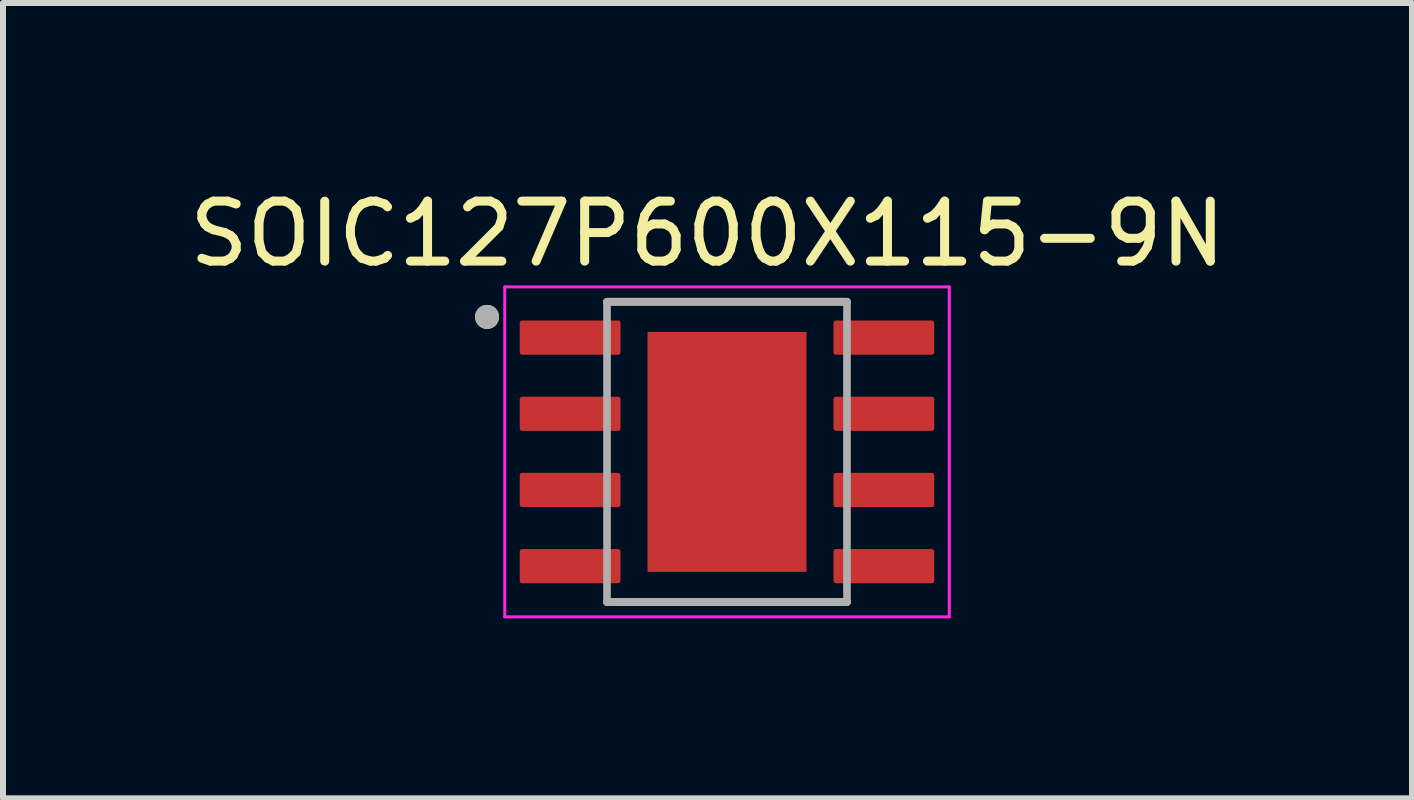
<source format=kicad_pcb>
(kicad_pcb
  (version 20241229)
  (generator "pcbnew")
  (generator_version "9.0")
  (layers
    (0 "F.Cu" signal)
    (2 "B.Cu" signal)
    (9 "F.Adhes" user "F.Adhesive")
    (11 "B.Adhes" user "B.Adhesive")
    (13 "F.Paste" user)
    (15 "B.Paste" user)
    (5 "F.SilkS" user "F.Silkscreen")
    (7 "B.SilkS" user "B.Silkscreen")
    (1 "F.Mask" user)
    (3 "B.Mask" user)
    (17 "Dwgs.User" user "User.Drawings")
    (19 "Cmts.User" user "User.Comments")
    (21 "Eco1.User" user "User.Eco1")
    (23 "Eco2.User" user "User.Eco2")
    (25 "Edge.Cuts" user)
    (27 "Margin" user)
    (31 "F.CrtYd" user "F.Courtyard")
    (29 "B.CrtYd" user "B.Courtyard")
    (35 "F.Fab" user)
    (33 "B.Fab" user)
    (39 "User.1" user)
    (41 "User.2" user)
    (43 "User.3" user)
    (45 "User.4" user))
  (footprint "SOIC127P600X115-9N"
    (layer "F.Cu")
    (at 9.069 4.483)
    (property "Reference" "SOIC127P600X115-9N" (at -0.325 -3.635 0) (layer "F.SilkS") (effects (font (size 1 1) (thickness 0.15))))
    (attr smd)
    (fp_line (start -2 -2.504) (end 2 -2.504) (stroke (width 0.127) (type solid)) (layer "F.SilkS"))
    (fp_line (start -2 2.503) (end 2 2.503) (stroke (width 0.127) (type solid)) (layer "F.SilkS"))
    (fp_circle (center -4 -2.25) (end -3.9 -2.25) (stroke (width 0.2) (type solid)) (fill no) (layer "F.SilkS"))
    (fp_poly (pts (xy -0.838 -1.265) (xy 0.838 -1.265) (xy 0.838 1.265) (xy -0.838 1.265)) (stroke (width 0.01) (type solid)) (fill yes) (layer "F.Paste"))
    (fp_line (start -3.705 -2.75) (end -3.705 2.75) (stroke (width 0.05) (type solid)) (layer "F.CrtYd"))
    (fp_line (start -3.705 -2.75) (end 3.705 -2.75) (stroke (width 0.05) (type solid)) (layer "F.CrtYd"))
    (fp_line (start -3.705 2.75) (end 3.705 2.75) (stroke (width 0.05) (type solid)) (layer "F.CrtYd"))
    (fp_line (start 3.705 -2.75) (end 3.705 2.75) (stroke (width 0.05) (type solid)) (layer "F.CrtYd"))
    (fp_line (start -2 -2.5) (end -2 2.504) (stroke (width 0.127) (type solid)) (layer "F.Fab"))
    (fp_line (start -2 -2.5) (end 2 -2.5) (stroke (width 0.127) (type solid)) (layer "F.Fab"))
    (fp_line (start -2 2.504) (end 2 2.504) (stroke (width 0.127) (type solid)) (layer "F.Fab"))
    (fp_line (start 2 -2.5) (end 2 2.504) (stroke (width 0.127) (type solid)) (layer "F.Fab"))
    (fp_circle (center -4 -2.25) (end -3.9 -2.25) (stroke (width 0.2) (type solid)) (fill no) (layer "F.Fab"))
    (pad "1" smd roundrect (at -2.615 -1.905) (size 1.68 0.57) (layers "F.Cu" "F.Mask" "F.Paste") (roundrect_rratio 0.07))
    (pad "2" smd roundrect (at -2.615 -0.635) (size 1.68 0.57) (layers "F.Cu" "F.Mask" "F.Paste") (roundrect_rratio 0.07))
    (pad "3" smd roundrect (at -2.615 0.635) (size 1.68 0.57) (layers "F.Cu" "F.Mask" "F.Paste") (roundrect_rratio 0.07))
    (pad "4" smd roundrect (at -2.615 1.905) (size 1.68 0.57) (layers "F.Cu" "F.Mask" "F.Paste") (roundrect_rratio 0.07))
    (pad "5" smd roundrect (at 2.615 1.905) (size 1.68 0.57) (layers "F.Cu" "F.Mask" "F.Paste") (roundrect_rratio 0.07))
    (pad "6" smd roundrect (at 2.615 0.635) (size 1.68 0.57) (layers "F.Cu" "F.Mask" "F.Paste") (roundrect_rratio 0.07))
    (pad "7" smd roundrect (at 2.615 -0.635) (size 1.68 0.57) (layers "F.Cu" "F.Mask" "F.Paste") (roundrect_rratio 0.07))
    (pad "8" smd roundrect (at 2.615 -1.905) (size 1.68 0.57) (layers "F.Cu" "F.Mask" "F.Paste") (roundrect_rratio 0.07))
    (pad "9" smd rect (at 0 0) (size 2.65 4) (layers "F.Cu" "F.Mask")))
  (gr_rect
    (start -3 -3)
    (end 20.488 10.258)
    (stroke (width 0.1) (type default))
    (fill no)
    (layer "Edge.Cuts")))
</source>
